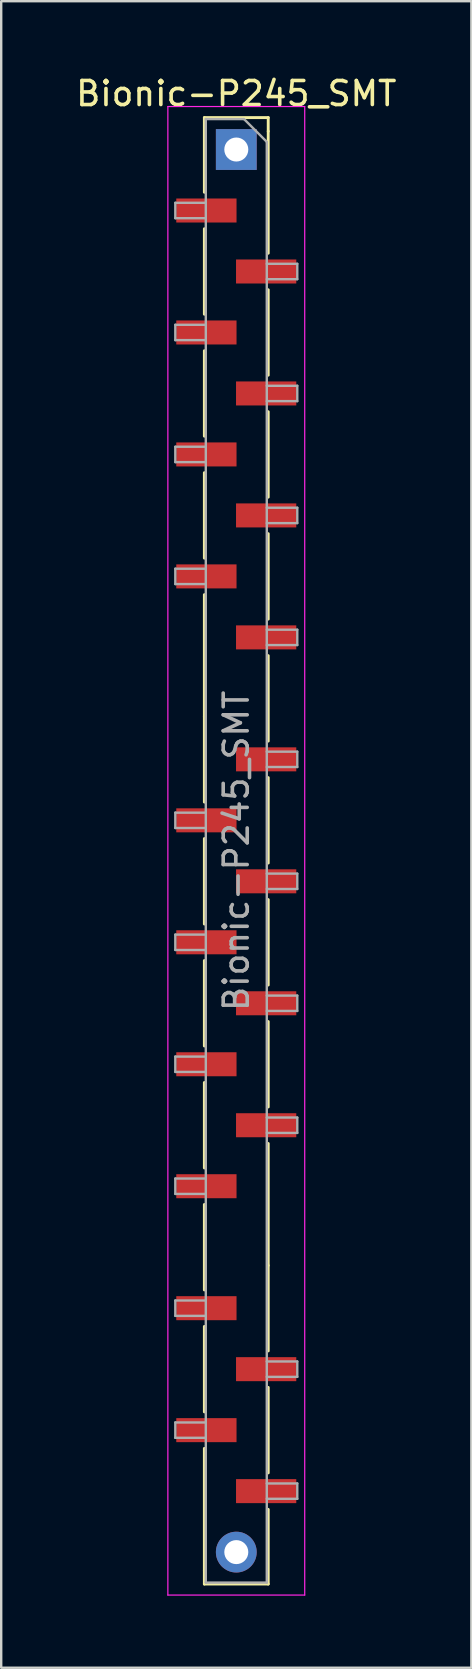
<source format=kicad_pcb>
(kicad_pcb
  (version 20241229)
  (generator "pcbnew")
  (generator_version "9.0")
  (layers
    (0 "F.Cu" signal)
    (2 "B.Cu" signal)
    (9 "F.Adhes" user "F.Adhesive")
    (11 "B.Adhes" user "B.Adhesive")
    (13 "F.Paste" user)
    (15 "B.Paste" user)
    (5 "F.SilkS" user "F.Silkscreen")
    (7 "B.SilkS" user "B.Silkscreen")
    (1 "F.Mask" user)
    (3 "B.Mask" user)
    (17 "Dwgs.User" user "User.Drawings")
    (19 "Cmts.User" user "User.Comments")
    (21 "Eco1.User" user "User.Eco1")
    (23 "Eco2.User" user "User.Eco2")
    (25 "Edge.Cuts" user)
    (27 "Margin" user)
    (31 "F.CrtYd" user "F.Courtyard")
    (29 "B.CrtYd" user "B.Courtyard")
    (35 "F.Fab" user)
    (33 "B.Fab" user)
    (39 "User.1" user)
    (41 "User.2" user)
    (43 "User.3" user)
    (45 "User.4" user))
  (footprint "Bionic-P245_SMT"
    (layer "F.Cu")
    (at 6.771 32.388)
    (property "Reference" "Bionic-P245_SMT" (at 0.021 -31.54 0) (layer "F.SilkS") (effects (font (size 1 1) (thickness 0.15))))
    (attr through_hole allow_soldermask_bridges)
    (fp_line (start -1.309 -30.54) (end -1.309 -27.43) (stroke (width 0.12) (type solid)) (layer "F.SilkS"))
    (fp_line (start -1.309 -25.91) (end -1.309 -22.35) (stroke (width 0.12) (type solid)) (layer "F.SilkS"))
    (fp_line (start -1.309 -20.83) (end -1.309 -17.27) (stroke (width 0.12) (type solid)) (layer "F.SilkS"))
    (fp_line (start -1.309 -15.75) (end -1.309 -12.19) (stroke (width 0.12) (type solid)) (layer "F.SilkS"))
    (fp_line (start -1.309 -10.67) (end -1.309 -5.59) (stroke (width 0.12) (type solid)) (layer "F.SilkS"))
    (fp_line (start -1.309 -5.59) (end -1.309 -2.03) (stroke (width 0.12) (type solid)) (layer "F.SilkS"))
    (fp_line (start -1.309 -0.51) (end -1.309 3.05) (stroke (width 0.12) (type solid)) (layer "F.SilkS"))
    (fp_line (start -1.309 4.57) (end -1.309 8.13) (stroke (width 0.12) (type solid)) (layer "F.SilkS"))
    (fp_line (start -1.309 9.65) (end -1.309 13.21) (stroke (width 0.12) (type solid)) (layer "F.SilkS"))
    (fp_line (start -1.309 14.73) (end -1.309 18.29) (stroke (width 0.12) (type solid)) (layer "F.SilkS"))
    (fp_line (start -1.309 19.81) (end -1.309 23.37) (stroke (width 0.12) (type solid)) (layer "F.SilkS"))
    (fp_line (start -1.309 24.89) (end -1.309 29.97) (stroke (width 0.12) (type solid)) (layer "F.SilkS"))
    (fp_line (start -1.309 29.97) (end -1.309 30.54) (stroke (width 0.12) (type solid)) (layer "F.SilkS"))
    (fp_line (start 1.351 -30.54) (end -1.309 -30.54) (stroke (width 0.12) (type solid)) (layer "F.SilkS"))
    (fp_line (start 1.351 -30.54) (end 1.351 -29.97) (stroke (width 0.12) (type solid)) (layer "F.SilkS"))
    (fp_line (start 1.351 -29.97) (end 1.351 -24.89) (stroke (width 0.12) (type solid)) (layer "F.SilkS"))
    (fp_line (start 1.351 -23.37) (end 1.351 -19.81) (stroke (width 0.12) (type solid)) (layer "F.SilkS"))
    (fp_line (start 1.351 -18.29) (end 1.351 -14.73) (stroke (width 0.12) (type solid)) (layer "F.SilkS"))
    (fp_line (start 1.351 -13.21) (end 1.351 -9.65) (stroke (width 0.12) (type solid)) (layer "F.SilkS"))
    (fp_line (start 1.351 -8.13) (end 1.351 -4.57) (stroke (width 0.12) (type solid)) (layer "F.SilkS"))
    (fp_line (start 1.351 -3.05) (end 1.351 0.51) (stroke (width 0.12) (type solid)) (layer "F.SilkS"))
    (fp_line (start 1.351 2.03) (end 1.351 5.59) (stroke (width 0.12) (type solid)) (layer "F.SilkS"))
    (fp_line (start 1.351 7.11) (end 1.351 10.67) (stroke (width 0.12) (type solid)) (layer "F.SilkS"))
    (fp_line (start 1.351 12.19) (end 1.351 17.27) (stroke (width 0.12) (type solid)) (layer "F.SilkS"))
    (fp_line (start 1.351 17.27) (end 1.351 20.83) (stroke (width 0.12) (type solid)) (layer "F.SilkS"))
    (fp_line (start 1.351 22.35) (end 1.351 25.91) (stroke (width 0.12) (type solid)) (layer "F.SilkS"))
    (fp_line (start 1.351 27.43) (end 1.351 30.54) (stroke (width 0.12) (type solid)) (layer "F.SilkS"))
    (fp_line (start 1.351 30.54) (end -1.309 30.54) (stroke (width 0.12) (type solid)) (layer "F.SilkS"))
    (fp_line (start -2.829 -31) (end 2.871 -31) (stroke (width 0.05) (type solid)) (layer "F.CrtYd"))
    (fp_line (start -2.829 31) (end -2.829 -31) (stroke (width 0.05) (type solid)) (layer "F.CrtYd"))
    (fp_line (start 2.871 -31) (end 2.871 31) (stroke (width 0.05) (type solid)) (layer "F.CrtYd"))
    (fp_line (start 2.871 31) (end -2.829 31) (stroke (width 0.05) (type solid)) (layer "F.CrtYd"))
    (fp_line (start -2.519 -26.99) (end -2.519 -26.35) (stroke (width 0.1) (type solid)) (layer "F.Fab"))
    (fp_line (start -2.519 -26.35) (end -1.249 -26.35) (stroke (width 0.1) (type solid)) (layer "F.Fab"))
    (fp_line (start -2.519 -21.91) (end -2.519 -21.27) (stroke (width 0.1) (type solid)) (layer "F.Fab"))
    (fp_line (start -2.519 -21.27) (end -1.249 -21.27) (stroke (width 0.1) (type solid)) (layer "F.Fab"))
    (fp_line (start -2.519 -16.83) (end -2.519 -16.19) (stroke (width 0.1) (type solid)) (layer "F.Fab"))
    (fp_line (start -2.519 -16.19) (end -1.249 -16.19) (stroke (width 0.1) (type solid)) (layer "F.Fab"))
    (fp_line (start -2.519 -11.75) (end -2.519 -11.11) (stroke (width 0.1) (type solid)) (layer "F.Fab"))
    (fp_line (start -2.519 -11.11) (end -1.249 -11.11) (stroke (width 0.1) (type solid)) (layer "F.Fab"))
    (fp_line (start -2.519 -1.59) (end -2.519 -0.95) (stroke (width 0.1) (type solid)) (layer "F.Fab"))
    (fp_line (start -2.519 -0.95) (end -1.249 -0.95) (stroke (width 0.1) (type solid)) (layer "F.Fab"))
    (fp_line (start -2.519 3.49) (end -2.519 4.13) (stroke (width 0.1) (type solid)) (layer "F.Fab"))
    (fp_line (start -2.519 4.13) (end -1.249 4.13) (stroke (width 0.1) (type solid)) (layer "F.Fab"))
    (fp_line (start -2.519 8.57) (end -2.519 9.21) (stroke (width 0.1) (type solid)) (layer "F.Fab"))
    (fp_line (start -2.519 9.21) (end -1.249 9.21) (stroke (width 0.1) (type solid)) (layer "F.Fab"))
    (fp_line (start -2.519 13.65) (end -2.519 14.29) (stroke (width 0.1) (type solid)) (layer "F.Fab"))
    (fp_line (start -2.519 14.29) (end -1.249 14.29) (stroke (width 0.1) (type solid)) (layer "F.Fab"))
    (fp_line (start -2.519 18.73) (end -2.519 19.37) (stroke (width 0.1) (type solid)) (layer "F.Fab"))
    (fp_line (start -2.519 19.37) (end -1.249 19.37) (stroke (width 0.1) (type solid)) (layer "F.Fab"))
    (fp_line (start -2.519 23.81) (end -2.519 24.45) (stroke (width 0.1) (type solid)) (layer "F.Fab"))
    (fp_line (start -2.519 24.45) (end -1.249 24.45) (stroke (width 0.1) (type solid)) (layer "F.Fab"))
    (fp_line (start -1.249 -30.48) (end -1.249 30.48) (stroke (width 0.1) (type solid)) (layer "F.Fab"))
    (fp_line (start -1.249 -26.99) (end -2.519 -26.99) (stroke (width 0.1) (type solid)) (layer "F.Fab"))
    (fp_line (start -1.249 -21.91) (end -2.519 -21.91) (stroke (width 0.1) (type solid)) (layer "F.Fab"))
    (fp_line (start -1.249 -16.83) (end -2.519 -16.83) (stroke (width 0.1) (type solid)) (layer "F.Fab"))
    (fp_line (start -1.249 -11.75) (end -2.519 -11.75) (stroke (width 0.1) (type solid)) (layer "F.Fab"))
    (fp_line (start -1.249 -1.59) (end -2.519 -1.59) (stroke (width 0.1) (type solid)) (layer "F.Fab"))
    (fp_line (start -1.249 3.49) (end -2.519 3.49) (stroke (width 0.1) (type solid)) (layer "F.Fab"))
    (fp_line (start -1.249 8.57) (end -2.519 8.57) (stroke (width 0.1) (type solid)) (layer "F.Fab"))
    (fp_line (start -1.249 13.65) (end -2.519 13.65) (stroke (width 0.1) (type solid)) (layer "F.Fab"))
    (fp_line (start -1.249 18.73) (end -2.519 18.73) (stroke (width 0.1) (type solid)) (layer "F.Fab"))
    (fp_line (start -1.249 23.81) (end -2.519 23.81) (stroke (width 0.1) (type solid)) (layer "F.Fab"))
    (fp_line (start -1.249 30.48) (end 1.291 30.48) (stroke (width 0.1) (type solid)) (layer "F.Fab"))
    (fp_line (start 0.341 -30.48) (end -1.249 -30.48) (stroke (width 0.1) (type solid)) (layer "F.Fab"))
    (fp_line (start 1.291 -29.53) (end 0.341 -30.48) (stroke (width 0.1) (type solid)) (layer "F.Fab"))
    (fp_line (start 1.291 -24.45) (end 2.561 -24.45) (stroke (width 0.1) (type solid)) (layer "F.Fab"))
    (fp_line (start 1.291 -19.37) (end 2.561 -19.37) (stroke (width 0.1) (type solid)) (layer "F.Fab"))
    (fp_line (start 1.291 -14.29) (end 2.561 -14.29) (stroke (width 0.1) (type solid)) (layer "F.Fab"))
    (fp_line (start 1.291 -9.21) (end 2.561 -9.21) (stroke (width 0.1) (type solid)) (layer "F.Fab"))
    (fp_line (start 1.291 -4.13) (end 2.561 -4.13) (stroke (width 0.1) (type solid)) (layer "F.Fab"))
    (fp_line (start 1.291 0.95) (end 2.561 0.95) (stroke (width 0.1) (type solid)) (layer "F.Fab"))
    (fp_line (start 1.291 6.03) (end 2.561 6.03) (stroke (width 0.1) (type solid)) (layer "F.Fab"))
    (fp_line (start 1.291 11.11) (end 2.561 11.11) (stroke (width 0.1) (type solid)) (layer "F.Fab"))
    (fp_line (start 1.291 21.27) (end 2.561 21.27) (stroke (width 0.1) (type solid)) (layer "F.Fab"))
    (fp_line (start 1.291 26.35) (end 2.561 26.35) (stroke (width 0.1) (type solid)) (layer "F.Fab"))
    (fp_line (start 1.291 30.48) (end 1.291 -29.53) (stroke (width 0.1) (type solid)) (layer "F.Fab"))
    (fp_line (start 2.561 -24.45) (end 2.561 -23.81) (stroke (width 0.1) (type solid)) (layer "F.Fab"))
    (fp_line (start 2.561 -23.81) (end 1.291 -23.81) (stroke (width 0.1) (type solid)) (layer "F.Fab"))
    (fp_line (start 2.561 -19.37) (end 2.561 -18.73) (stroke (width 0.1) (type solid)) (layer "F.Fab"))
    (fp_line (start 2.561 -18.73) (end 1.291 -18.73) (stroke (width 0.1) (type solid)) (layer "F.Fab"))
    (fp_line (start 2.561 -14.29) (end 2.561 -13.65) (stroke (width 0.1) (type solid)) (layer "F.Fab"))
    (fp_line (start 2.561 -13.65) (end 1.291 -13.65) (stroke (width 0.1) (type solid)) (layer "F.Fab"))
    (fp_line (start 2.561 -9.21) (end 2.561 -8.57) (stroke (width 0.1) (type solid)) (layer "F.Fab"))
    (fp_line (start 2.561 -8.57) (end 1.291 -8.57) (stroke (width 0.1) (type solid)) (layer "F.Fab"))
    (fp_line (start 2.561 -4.13) (end 2.561 -3.49) (stroke (width 0.1) (type solid)) (layer "F.Fab"))
    (fp_line (start 2.561 -3.49) (end 1.291 -3.49) (stroke (width 0.1) (type solid)) (layer "F.Fab"))
    (fp_line (start 2.561 0.95) (end 2.561 1.59) (stroke (width 0.1) (type solid)) (layer "F.Fab"))
    (fp_line (start 2.561 1.59) (end 1.291 1.59) (stroke (width 0.1) (type solid)) (layer "F.Fab"))
    (fp_line (start 2.561 6.03) (end 2.561 6.67) (stroke (width 0.1) (type solid)) (layer "F.Fab"))
    (fp_line (start 2.561 6.67) (end 1.291 6.67) (stroke (width 0.1) (type solid)) (layer "F.Fab"))
    (fp_line (start 2.561 11.11) (end 2.561 11.75) (stroke (width 0.1) (type solid)) (layer "F.Fab"))
    (fp_line (start 2.561 11.75) (end 1.291 11.75) (stroke (width 0.1) (type solid)) (layer "F.Fab"))
    (fp_line (start 2.561 21.27) (end 2.561 21.91) (stroke (width 0.1) (type solid)) (layer "F.Fab"))
    (fp_line (start 2.561 21.91) (end 1.291 21.91) (stroke (width 0.1) (type solid)) (layer "F.Fab"))
    (fp_line (start 2.561 26.35) (end 2.561 26.99) (stroke (width 0.1) (type solid)) (layer "F.Fab"))
    (fp_line (start 2.561 26.99) (end 1.291 26.99) (stroke (width 0.1) (type solid)) (layer "F.Fab"))
    (fp_text user "${REFERENCE}" (at 0.021 0 90) (layer "F.Fab") (effects (font (size 1 1) (thickness 0.15))))
    (pad "25" thru_hole oval (at 0.021 29.21) (size 1.7 1.7) (drill 1) (layers "*.Cu" "*.Mask"))
    (pad "26" smd rect (at 1.265 26.67) (size 2.51 1) (layers "F.Cu" "F.Mask" "F.Paste"))
    (pad "27" smd rect (at -1.224 24.13) (size 2.51 1) (layers "F.Cu" "F.Mask" "F.Paste"))
    (pad "28" smd rect (at 1.265 21.59) (size 2.51 1) (layers "F.Cu" "F.Mask" "F.Paste"))
    (pad "29" smd rect (at -1.224 19.05) (size 2.51 1) (layers "F.Cu" "F.Mask" "F.Paste"))
    (pad "31" smd rect (at -1.224 13.97) (size 2.51 1) (layers "F.Cu" "F.Mask" "F.Paste"))
    (pad "32" smd rect (at 1.265 11.43) (size 2.51 1) (layers "F.Cu" "F.Mask" "F.Paste"))
    (pad "33" smd rect (at -1.224 8.89) (size 2.51 1) (layers "F.Cu" "F.Mask" "F.Paste"))
    (pad "34" smd rect (at 1.265 6.35) (size 2.51 1) (layers "F.Cu" "F.Mask" "F.Paste"))
    (pad "35" smd rect (at -1.224 3.81) (size 2.51 1) (layers "F.Cu" "F.Mask" "F.Paste"))
    (pad "36" smd rect (at 1.265 1.27) (size 2.51 1) (layers "F.Cu" "F.Mask" "F.Paste"))
    (pad "37" smd rect (at -1.224 -1.27) (size 2.51 1) (layers "F.Cu" "F.Mask" "F.Paste"))
    (pad "38" smd rect (at 1.265 -3.81) (size 2.51 1) (layers "F.Cu" "F.Mask" "F.Paste"))
    (pad "40" smd rect (at 1.265 -8.89) (size 2.51 1) (layers "F.Cu" "F.Mask" "F.Paste"))
    (pad "41" smd rect (at -1.224 -11.43) (size 2.51 1) (layers "F.Cu" "F.Mask" "F.Paste"))
    (pad "42" smd rect (at 1.265 -13.97) (size 2.51 1) (layers "F.Cu" "F.Mask" "F.Paste"))
    (pad "43" smd rect (at -1.224 -16.51) (size 2.51 1) (layers "F.Cu" "F.Mask" "F.Paste"))
    (pad "44" smd rect (at 1.265 -19.05) (size 2.51 1) (layers "F.Cu" "F.Mask" "F.Paste"))
    (pad "45" smd rect (at -1.224 -21.59) (size 2.51 1) (layers "F.Cu" "F.Mask" "F.Paste"))
    (pad "46" smd rect (at 1.265 -24.13) (size 2.51 1) (layers "F.Cu" "F.Mask" "F.Paste"))
    (pad "47" smd rect (at -1.224 -26.67) (size 2.51 1) (layers "F.Cu" "F.Mask" "F.Paste"))
    (pad "48" thru_hole rect (at 0.021 -29.21) (size 1.7 1.7) (drill 1) (layers "*.Cu" "*.Mask")))
  (gr_rect
    (start -3 -3)
    (end 16.583 66.413)
    (stroke (width 0.1) (type default))
    (fill no)
    (layer "Edge.Cuts")))
</source>
